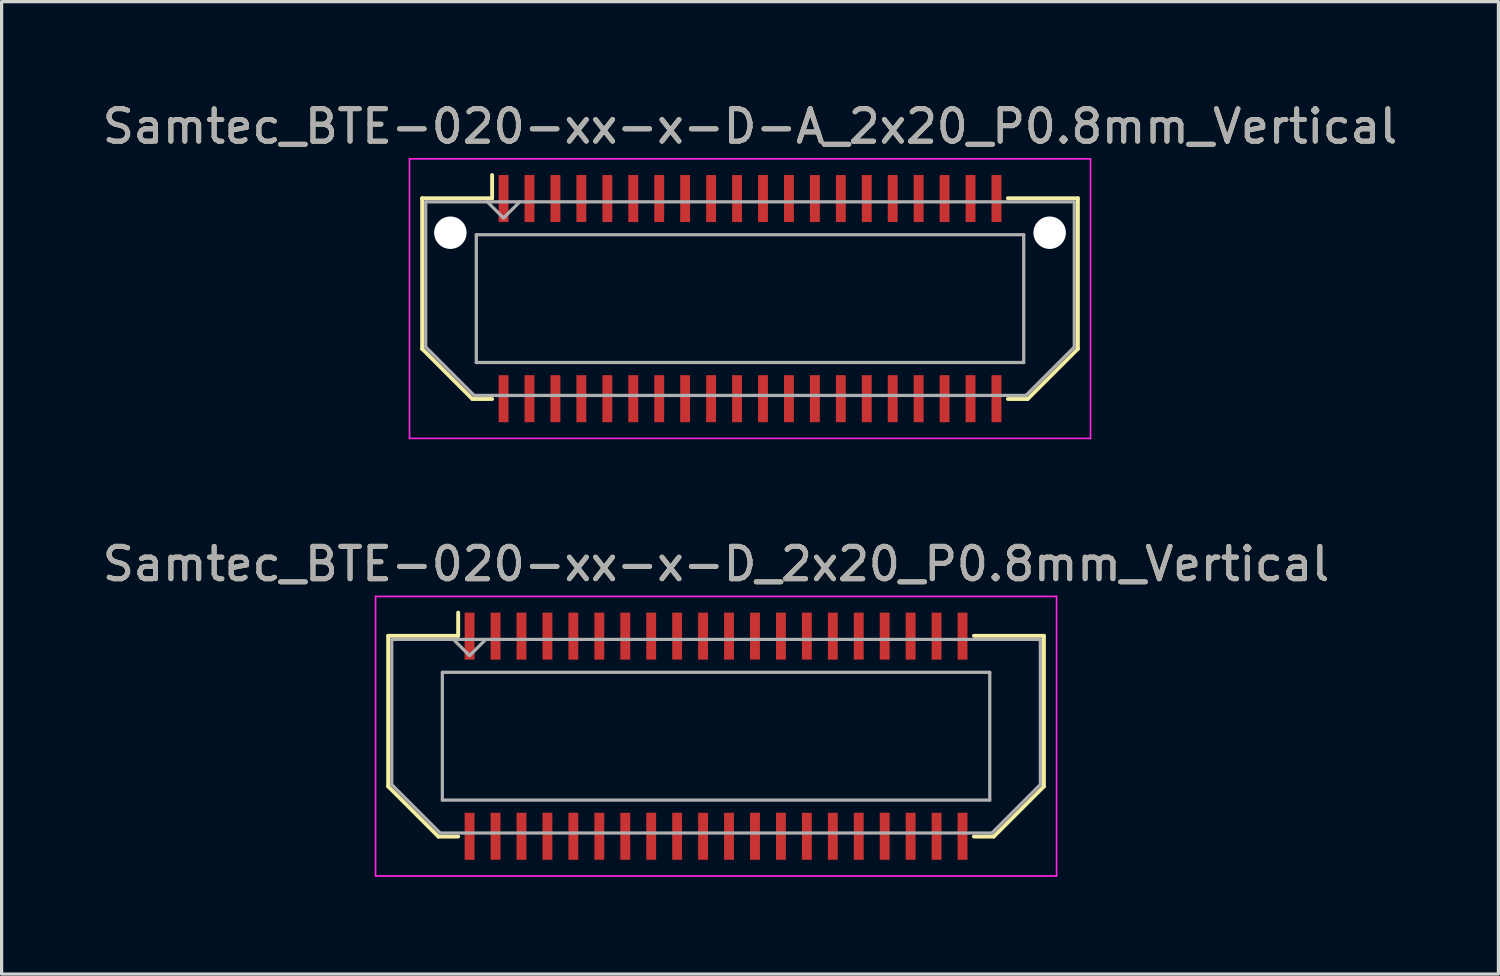
<source format=kicad_pcb>
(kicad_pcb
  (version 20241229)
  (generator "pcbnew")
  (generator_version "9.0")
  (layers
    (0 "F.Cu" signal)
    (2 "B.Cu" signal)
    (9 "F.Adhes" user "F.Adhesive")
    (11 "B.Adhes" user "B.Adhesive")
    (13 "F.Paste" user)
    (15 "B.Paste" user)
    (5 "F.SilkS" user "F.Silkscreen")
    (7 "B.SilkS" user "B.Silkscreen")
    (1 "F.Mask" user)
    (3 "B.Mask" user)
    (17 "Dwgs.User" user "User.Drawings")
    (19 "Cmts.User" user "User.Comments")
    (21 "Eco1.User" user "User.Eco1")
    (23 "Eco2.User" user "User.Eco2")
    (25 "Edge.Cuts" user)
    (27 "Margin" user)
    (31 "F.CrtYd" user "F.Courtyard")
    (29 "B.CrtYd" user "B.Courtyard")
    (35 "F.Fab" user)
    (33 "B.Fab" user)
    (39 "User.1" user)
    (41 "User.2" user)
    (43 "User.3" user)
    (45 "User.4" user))
  (footprint "Samtec_BTE-020-xx-x-D_2x20_P0.8mm_Vertical"
    (layer "F.Cu")
    (at 19.03 19.651)
    (property "Reference" "Samtec_BTE-020-xx-x-D_2x20_P0.8mm_Vertical" (at 0 -5.31 0) (layer "F.SilkS") (effects (font (size 1 1) (thickness 0.15))))
    (attr smd)
    (fp_line (start -10.11 -3.095) (end -10.11 1.548) (stroke (width 0.12) (type solid)) (layer "F.SilkS"))
    (fp_line (start -10.11 1.548) (end -8.562 3.095) (stroke (width 0.12) (type solid)) (layer "F.SilkS"))
    (fp_line (start -8.562 3.095) (end -7.952 3.095) (stroke (width 0.12) (type solid)) (layer "F.SilkS"))
    (fp_line (start -7.952 -3.811) (end -7.952 -3.095) (stroke (width 0.12) (type solid)) (layer "F.SilkS"))
    (fp_line (start -7.952 -3.095) (end -10.11 -3.095) (stroke (width 0.12) (type solid)) (layer "F.SilkS"))
    (fp_line (start 7.952 -3.095) (end 10.11 -3.095) (stroke (width 0.12) (type solid)) (layer "F.SilkS"))
    (fp_line (start 8.562 3.095) (end 7.952 3.095) (stroke (width 0.12) (type solid)) (layer "F.SilkS"))
    (fp_line (start 10.11 -3.095) (end 10.11 1.548) (stroke (width 0.12) (type solid)) (layer "F.SilkS"))
    (fp_line (start 10.11 1.548) (end 8.562 3.095) (stroke (width 0.12) (type solid)) (layer "F.SilkS"))
    (fp_line (start -10.5 -4.31) (end -10.5 4.31) (stroke (width 0.05) (type solid)) (layer "F.CrtYd"))
    (fp_line (start -10.5 4.31) (end 10.5 4.31) (stroke (width 0.05) (type solid)) (layer "F.CrtYd"))
    (fp_line (start 10.5 -4.31) (end -10.5 -4.31) (stroke (width 0.05) (type solid)) (layer "F.CrtYd"))
    (fp_line (start 10.5 4.31) (end 10.5 -4.31) (stroke (width 0.05) (type solid)) (layer "F.CrtYd"))
    (fp_line (start -10 -2.985) (end -10 1.492) (stroke (width 0.1) (type solid)) (layer "F.Fab"))
    (fp_line (start -10 -2.985) (end 10 -2.985) (stroke (width 0.1) (type solid)) (layer "F.Fab"))
    (fp_line (start -10 1.492) (end -8.508 2.985) (stroke (width 0.1) (type solid)) (layer "F.Fab"))
    (fp_line (start -8.508 2.985) (end 8.508 2.985) (stroke (width 0.1) (type solid)) (layer "F.Fab"))
    (fp_line (start -8.44 -1.97) (end -8.44 1.97) (stroke (width 0.1) (type solid)) (layer "F.Fab"))
    (fp_line (start -8.44 1.97) (end 8.44 1.97) (stroke (width 0.1) (type solid)) (layer "F.Fab"))
    (fp_line (start -7.6 -2.485) (end -8.1 -2.985) (stroke (width 0.1) (type solid)) (layer "F.Fab"))
    (fp_line (start -7.1 -2.985) (end -7.6 -2.485) (stroke (width 0.1) (type solid)) (layer "F.Fab"))
    (fp_line (start 8.44 -1.97) (end -8.44 -1.97) (stroke (width 0.1) (type solid)) (layer "F.Fab"))
    (fp_line (start 8.44 1.97) (end 8.44 -1.97) (stroke (width 0.1) (type solid)) (layer "F.Fab"))
    (fp_line (start 10 -2.985) (end 10 1.492) (stroke (width 0.1) (type solid)) (layer "F.Fab"))
    (fp_line (start 10 1.492) (end 8.508 2.985) (stroke (width 0.1) (type solid)) (layer "F.Fab"))
    (fp_text user "${REFERENCE}" (at 0 -5.31 0) (layer "F.Fab") (effects (font (size 1 1) (thickness 0.15))))
    (pad "1" smd rect (at -7.6 -3.086) (size 0.305 1.45) (layers "F.Cu" "F.Mask" "F.Paste"))
    (pad "2" smd rect (at -7.6 3.086) (size 0.305 1.45) (layers "F.Cu" "F.Mask" "F.Paste"))
    (pad "3" smd rect (at -6.8 -3.086) (size 0.305 1.45) (layers "F.Cu" "F.Mask" "F.Paste"))
    (pad "4" smd rect (at -6.8 3.086) (size 0.305 1.45) (layers "F.Cu" "F.Mask" "F.Paste"))
    (pad "5" smd rect (at -6 -3.086) (size 0.305 1.45) (layers "F.Cu" "F.Mask" "F.Paste"))
    (pad "6" smd rect (at -6 3.086) (size 0.305 1.45) (layers "F.Cu" "F.Mask" "F.Paste"))
    (pad "7" smd rect (at -5.2 -3.086) (size 0.305 1.45) (layers "F.Cu" "F.Mask" "F.Paste"))
    (pad "8" smd rect (at -5.2 3.086) (size 0.305 1.45) (layers "F.Cu" "F.Mask" "F.Paste"))
    (pad "9" smd rect (at -4.4 -3.086) (size 0.305 1.45) (layers "F.Cu" "F.Mask" "F.Paste"))
    (pad "10" smd rect (at -4.4 3.086) (size 0.305 1.45) (layers "F.Cu" "F.Mask" "F.Paste"))
    (pad "11" smd rect (at -3.6 -3.086) (size 0.305 1.45) (layers "F.Cu" "F.Mask" "F.Paste"))
    (pad "12" smd rect (at -3.6 3.086) (size 0.305 1.45) (layers "F.Cu" "F.Mask" "F.Paste"))
    (pad "13" smd rect (at -2.8 -3.086) (size 0.305 1.45) (layers "F.Cu" "F.Mask" "F.Paste"))
    (pad "14" smd rect (at -2.8 3.086) (size 0.305 1.45) (layers "F.Cu" "F.Mask" "F.Paste"))
    (pad "15" smd rect (at -2 -3.086) (size 0.305 1.45) (layers "F.Cu" "F.Mask" "F.Paste"))
    (pad "16" smd rect (at -2 3.086) (size 0.305 1.45) (layers "F.Cu" "F.Mask" "F.Paste"))
    (pad "17" smd rect (at -1.2 -3.086) (size 0.305 1.45) (layers "F.Cu" "F.Mask" "F.Paste"))
    (pad "18" smd rect (at -1.2 3.086) (size 0.305 1.45) (layers "F.Cu" "F.Mask" "F.Paste"))
    (pad "19" smd rect (at -0.4 -3.086) (size 0.305 1.45) (layers "F.Cu" "F.Mask" "F.Paste"))
    (pad "20" smd rect (at -0.4 3.086) (size 0.305 1.45) (layers "F.Cu" "F.Mask" "F.Paste"))
    (pad "21" smd rect (at 0.4 -3.086) (size 0.305 1.45) (layers "F.Cu" "F.Mask" "F.Paste"))
    (pad "22" smd rect (at 0.4 3.086) (size 0.305 1.45) (layers "F.Cu" "F.Mask" "F.Paste"))
    (pad "23" smd rect (at 1.2 -3.086) (size 0.305 1.45) (layers "F.Cu" "F.Mask" "F.Paste"))
    (pad "24" smd rect (at 1.2 3.086) (size 0.305 1.45) (layers "F.Cu" "F.Mask" "F.Paste"))
    (pad "25" smd rect (at 2 -3.086) (size 0.305 1.45) (layers "F.Cu" "F.Mask" "F.Paste"))
    (pad "26" smd rect (at 2 3.086) (size 0.305 1.45) (layers "F.Cu" "F.Mask" "F.Paste"))
    (pad "27" smd rect (at 2.8 -3.086) (size 0.305 1.45) (layers "F.Cu" "F.Mask" "F.Paste"))
    (pad "28" smd rect (at 2.8 3.086) (size 0.305 1.45) (layers "F.Cu" "F.Mask" "F.Paste"))
    (pad "29" smd rect (at 3.6 -3.086) (size 0.305 1.45) (layers "F.Cu" "F.Mask" "F.Paste"))
    (pad "30" smd rect (at 3.6 3.086) (size 0.305 1.45) (layers "F.Cu" "F.Mask" "F.Paste"))
    (pad "31" smd rect (at 4.4 -3.086) (size 0.305 1.45) (layers "F.Cu" "F.Mask" "F.Paste"))
    (pad "32" smd rect (at 4.4 3.086) (size 0.305 1.45) (layers "F.Cu" "F.Mask" "F.Paste"))
    (pad "33" smd rect (at 5.2 -3.086) (size 0.305 1.45) (layers "F.Cu" "F.Mask" "F.Paste"))
    (pad "34" smd rect (at 5.2 3.086) (size 0.305 1.45) (layers "F.Cu" "F.Mask" "F.Paste"))
    (pad "35" smd rect (at 6 -3.086) (size 0.305 1.45) (layers "F.Cu" "F.Mask" "F.Paste"))
    (pad "36" smd rect (at 6 3.086) (size 0.305 1.45) (layers "F.Cu" "F.Mask" "F.Paste"))
    (pad "37" smd rect (at 6.8 -3.086) (size 0.305 1.45) (layers "F.Cu" "F.Mask" "F.Paste"))
    (pad "38" smd rect (at 6.8 3.086) (size 0.305 1.45) (layers "F.Cu" "F.Mask" "F.Paste"))
    (pad "39" smd rect (at 7.6 -3.086) (size 0.305 1.45) (layers "F.Cu" "F.Mask" "F.Paste"))
    (pad "40" smd rect (at 7.6 3.086) (size 0.305 1.45) (layers "F.Cu" "F.Mask" "F.Paste")))
  (footprint "Samtec_BTE-020-xx-x-D-A_2x20_P0.8mm_Vertical"
    (layer "F.Cu")
    (at 20.077 6.158)
    (property "Reference" "Samtec_BTE-020-xx-x-D-A_2x20_P0.8mm_Vertical" (at 0 -5.31 0) (layer "F.SilkS") (effects (font (size 1 1) (thickness 0.15))))
    (attr smd)
    (fp_line (start -10.11 -3.095) (end -10.11 1.548) (stroke (width 0.12) (type solid)) (layer "F.SilkS"))
    (fp_line (start -10.11 1.548) (end -8.562 3.095) (stroke (width 0.12) (type solid)) (layer "F.SilkS"))
    (fp_line (start -8.562 3.095) (end -7.952 3.095) (stroke (width 0.12) (type solid)) (layer "F.SilkS"))
    (fp_line (start -7.952 -3.811) (end -7.952 -3.095) (stroke (width 0.12) (type solid)) (layer "F.SilkS"))
    (fp_line (start -7.952 -3.095) (end -10.11 -3.095) (stroke (width 0.12) (type solid)) (layer "F.SilkS"))
    (fp_line (start 7.952 -3.095) (end 10.11 -3.095) (stroke (width 0.12) (type solid)) (layer "F.SilkS"))
    (fp_line (start 8.562 3.095) (end 7.952 3.095) (stroke (width 0.12) (type solid)) (layer "F.SilkS"))
    (fp_line (start 10.11 -3.095) (end 10.11 1.548) (stroke (width 0.12) (type solid)) (layer "F.SilkS"))
    (fp_line (start 10.11 1.548) (end 8.562 3.095) (stroke (width 0.12) (type solid)) (layer "F.SilkS"))
    (fp_line (start -10.5 -4.31) (end -10.5 4.31) (stroke (width 0.05) (type solid)) (layer "F.CrtYd"))
    (fp_line (start -10.5 4.31) (end 10.5 4.31) (stroke (width 0.05) (type solid)) (layer "F.CrtYd"))
    (fp_line (start 10.5 -4.31) (end -10.5 -4.31) (stroke (width 0.05) (type solid)) (layer "F.CrtYd"))
    (fp_line (start 10.5 4.31) (end 10.5 -4.31) (stroke (width 0.05) (type solid)) (layer "F.CrtYd"))
    (fp_line (start -10 -2.985) (end -10 1.492) (stroke (width 0.1) (type solid)) (layer "F.Fab"))
    (fp_line (start -10 -2.985) (end 10 -2.985) (stroke (width 0.1) (type solid)) (layer "F.Fab"))
    (fp_line (start -10 1.492) (end -8.508 2.985) (stroke (width 0.1) (type solid)) (layer "F.Fab"))
    (fp_line (start -8.508 2.985) (end 8.508 2.985) (stroke (width 0.1) (type solid)) (layer "F.Fab"))
    (fp_line (start -8.44 -1.97) (end -8.44 1.97) (stroke (width 0.1) (type solid)) (layer "F.Fab"))
    (fp_line (start -8.44 1.97) (end 8.44 1.97) (stroke (width 0.1) (type solid)) (layer "F.Fab"))
    (fp_line (start -7.6 -2.485) (end -8.1 -2.985) (stroke (width 0.1) (type solid)) (layer "F.Fab"))
    (fp_line (start -7.1 -2.985) (end -7.6 -2.485) (stroke (width 0.1) (type solid)) (layer "F.Fab"))
    (fp_line (start 8.44 -1.97) (end -8.44 -1.97) (stroke (width 0.1) (type solid)) (layer "F.Fab"))
    (fp_line (start 8.44 1.97) (end 8.44 -1.97) (stroke (width 0.1) (type solid)) (layer "F.Fab"))
    (fp_line (start 10 -2.985) (end 10 1.492) (stroke (width 0.1) (type solid)) (layer "F.Fab"))
    (fp_line (start 10 1.492) (end 8.508 2.985) (stroke (width 0.1) (type solid)) (layer "F.Fab"))
    (fp_text user "${REFERENCE}" (at 0 -5.31 0) (layer "F.Fab") (effects (font (size 1 1) (thickness 0.15))))
    (pad "" np_thru_hole circle (at -9.24 -2.032) (size 1 1) (drill 1) (layers "*.Cu" "*.Mask"))
    (pad "" np_thru_hole circle (at 9.24 -2.032) (size 1 1) (drill 1) (layers "*.Cu" "*.Mask"))
    (pad "1" smd rect (at -7.6 -3.086) (size 0.305 1.45) (layers "F.Cu" "F.Mask" "F.Paste"))
    (pad "2" smd rect (at -7.6 3.086) (size 0.305 1.45) (layers "F.Cu" "F.Mask" "F.Paste"))
    (pad "3" smd rect (at -6.8 -3.086) (size 0.305 1.45) (layers "F.Cu" "F.Mask" "F.Paste"))
    (pad "4" smd rect (at -6.8 3.086) (size 0.305 1.45) (layers "F.Cu" "F.Mask" "F.Paste"))
    (pad "5" smd rect (at -6 -3.086) (size 0.305 1.45) (layers "F.Cu" "F.Mask" "F.Paste"))
    (pad "6" smd rect (at -6 3.086) (size 0.305 1.45) (layers "F.Cu" "F.Mask" "F.Paste"))
    (pad "7" smd rect (at -5.2 -3.086) (size 0.305 1.45) (layers "F.Cu" "F.Mask" "F.Paste"))
    (pad "8" smd rect (at -5.2 3.086) (size 0.305 1.45) (layers "F.Cu" "F.Mask" "F.Paste"))
    (pad "9" smd rect (at -4.4 -3.086) (size 0.305 1.45) (layers "F.Cu" "F.Mask" "F.Paste"))
    (pad "10" smd rect (at -4.4 3.086) (size 0.305 1.45) (layers "F.Cu" "F.Mask" "F.Paste"))
    (pad "11" smd rect (at -3.6 -3.086) (size 0.305 1.45) (layers "F.Cu" "F.Mask" "F.Paste"))
    (pad "12" smd rect (at -3.6 3.086) (size 0.305 1.45) (layers "F.Cu" "F.Mask" "F.Paste"))
    (pad "13" smd rect (at -2.8 -3.086) (size 0.305 1.45) (layers "F.Cu" "F.Mask" "F.Paste"))
    (pad "14" smd rect (at -2.8 3.086) (size 0.305 1.45) (layers "F.Cu" "F.Mask" "F.Paste"))
    (pad "15" smd rect (at -2 -3.086) (size 0.305 1.45) (layers "F.Cu" "F.Mask" "F.Paste"))
    (pad "16" smd rect (at -2 3.086) (size 0.305 1.45) (layers "F.Cu" "F.Mask" "F.Paste"))
    (pad "17" smd rect (at -1.2 -3.086) (size 0.305 1.45) (layers "F.Cu" "F.Mask" "F.Paste"))
    (pad "18" smd rect (at -1.2 3.086) (size 0.305 1.45) (layers "F.Cu" "F.Mask" "F.Paste"))
    (pad "19" smd rect (at -0.4 -3.086) (size 0.305 1.45) (layers "F.Cu" "F.Mask" "F.Paste"))
    (pad "20" smd rect (at -0.4 3.086) (size 0.305 1.45) (layers "F.Cu" "F.Mask" "F.Paste"))
    (pad "21" smd rect (at 0.4 -3.086) (size 0.305 1.45) (layers "F.Cu" "F.Mask" "F.Paste"))
    (pad "22" smd rect (at 0.4 3.086) (size 0.305 1.45) (layers "F.Cu" "F.Mask" "F.Paste"))
    (pad "23" smd rect (at 1.2 -3.086) (size 0.305 1.45) (layers "F.Cu" "F.Mask" "F.Paste"))
    (pad "24" smd rect (at 1.2 3.086) (size 0.305 1.45) (layers "F.Cu" "F.Mask" "F.Paste"))
    (pad "25" smd rect (at 2 -3.086) (size 0.305 1.45) (layers "F.Cu" "F.Mask" "F.Paste"))
    (pad "26" smd rect (at 2 3.086) (size 0.305 1.45) (layers "F.Cu" "F.Mask" "F.Paste"))
    (pad "27" smd rect (at 2.8 -3.086) (size 0.305 1.45) (layers "F.Cu" "F.Mask" "F.Paste"))
    (pad "28" smd rect (at 2.8 3.086) (size 0.305 1.45) (layers "F.Cu" "F.Mask" "F.Paste"))
    (pad "29" smd rect (at 3.6 -3.086) (size 0.305 1.45) (layers "F.Cu" "F.Mask" "F.Paste"))
    (pad "30" smd rect (at 3.6 3.086) (size 0.305 1.45) (layers "F.Cu" "F.Mask" "F.Paste"))
    (pad "31" smd rect (at 4.4 -3.086) (size 0.305 1.45) (layers "F.Cu" "F.Mask" "F.Paste"))
    (pad "32" smd rect (at 4.4 3.086) (size 0.305 1.45) (layers "F.Cu" "F.Mask" "F.Paste"))
    (pad "33" smd rect (at 5.2 -3.086) (size 0.305 1.45) (layers "F.Cu" "F.Mask" "F.Paste"))
    (pad "34" smd rect (at 5.2 3.086) (size 0.305 1.45) (layers "F.Cu" "F.Mask" "F.Paste"))
    (pad "35" smd rect (at 6 -3.086) (size 0.305 1.45) (layers "F.Cu" "F.Mask" "F.Paste"))
    (pad "36" smd rect (at 6 3.086) (size 0.305 1.45) (layers "F.Cu" "F.Mask" "F.Paste"))
    (pad "37" smd rect (at 6.8 -3.086) (size 0.305 1.45) (layers "F.Cu" "F.Mask" "F.Paste"))
    (pad "38" smd rect (at 6.8 3.086) (size 0.305 1.45) (layers "F.Cu" "F.Mask" "F.Paste"))
    (pad "39" smd rect (at 7.6 -3.086) (size 0.305 1.45) (layers "F.Cu" "F.Mask" "F.Paste"))
    (pad "40" smd rect (at 7.6 3.086) (size 0.305 1.45) (layers "F.Cu" "F.Mask" "F.Paste")))
  (gr_rect
    (start -3 -3)
    (end 43.155 26.986)
    (stroke (width 0.1) (type default))
    (fill no)
    (layer "Edge.Cuts")))
</source>
